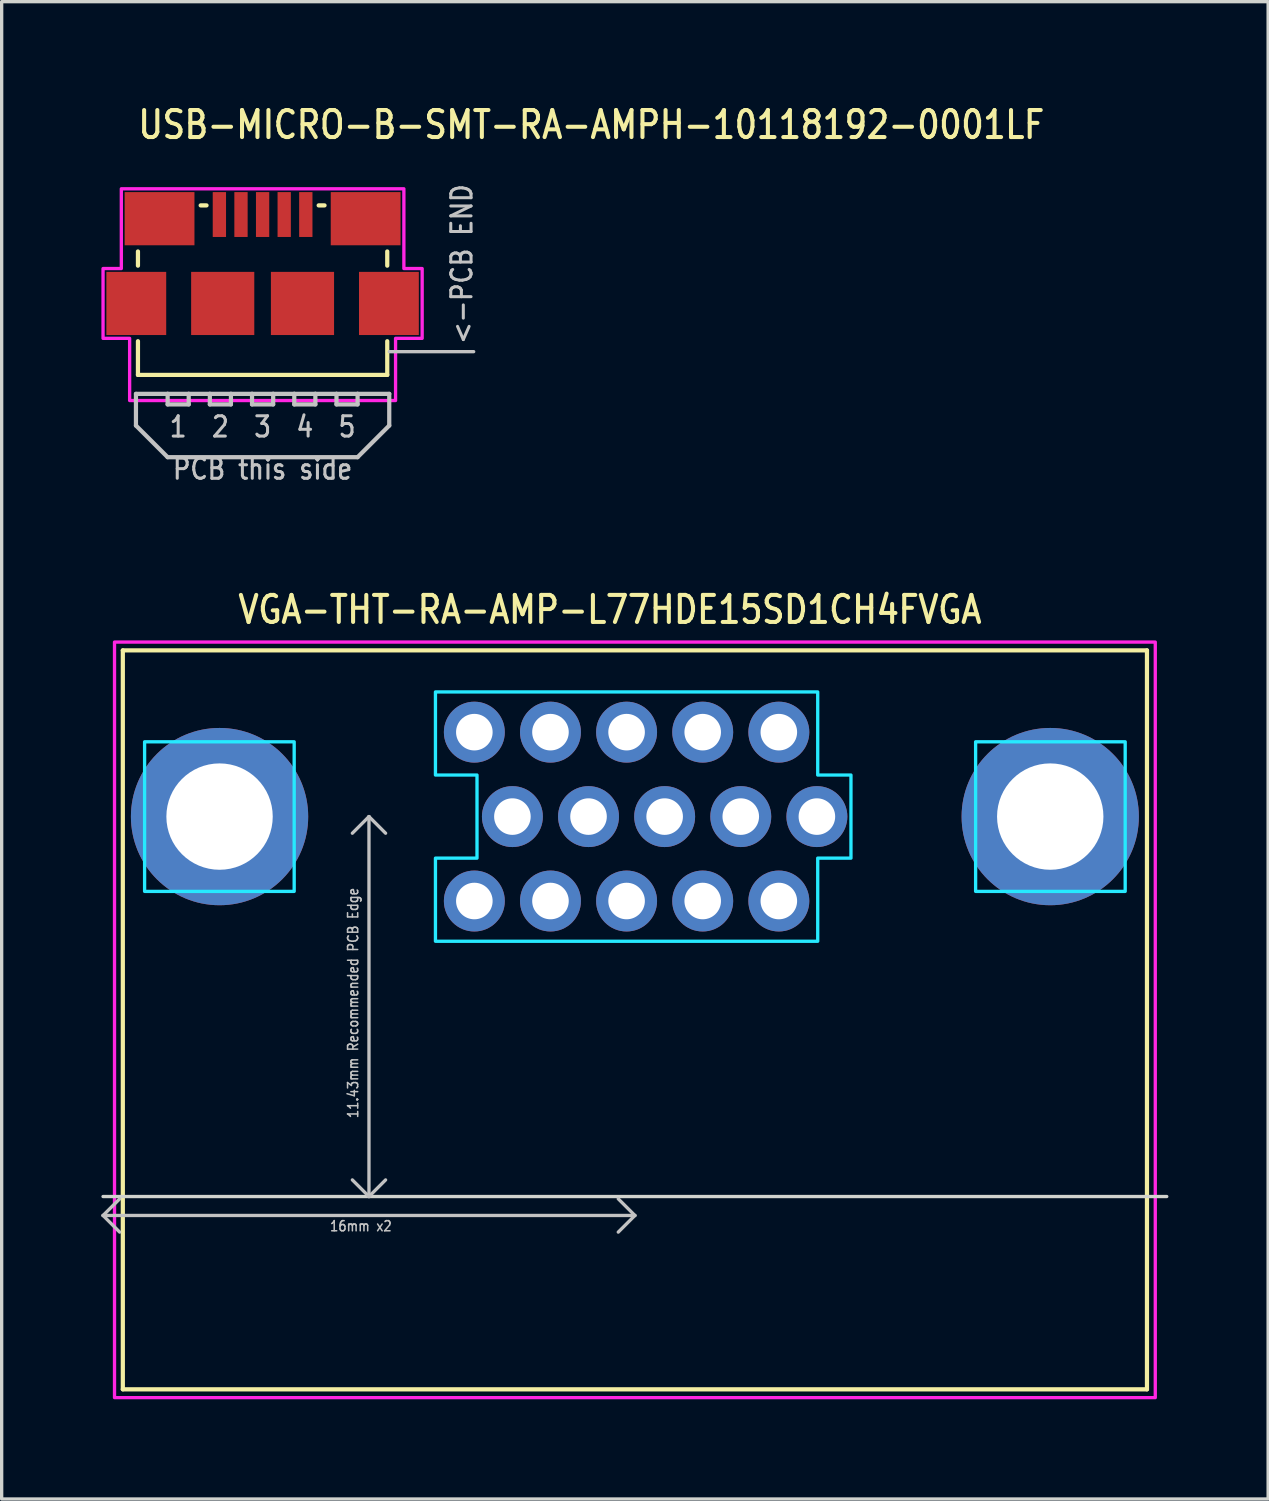
<source format=kicad_pcb>
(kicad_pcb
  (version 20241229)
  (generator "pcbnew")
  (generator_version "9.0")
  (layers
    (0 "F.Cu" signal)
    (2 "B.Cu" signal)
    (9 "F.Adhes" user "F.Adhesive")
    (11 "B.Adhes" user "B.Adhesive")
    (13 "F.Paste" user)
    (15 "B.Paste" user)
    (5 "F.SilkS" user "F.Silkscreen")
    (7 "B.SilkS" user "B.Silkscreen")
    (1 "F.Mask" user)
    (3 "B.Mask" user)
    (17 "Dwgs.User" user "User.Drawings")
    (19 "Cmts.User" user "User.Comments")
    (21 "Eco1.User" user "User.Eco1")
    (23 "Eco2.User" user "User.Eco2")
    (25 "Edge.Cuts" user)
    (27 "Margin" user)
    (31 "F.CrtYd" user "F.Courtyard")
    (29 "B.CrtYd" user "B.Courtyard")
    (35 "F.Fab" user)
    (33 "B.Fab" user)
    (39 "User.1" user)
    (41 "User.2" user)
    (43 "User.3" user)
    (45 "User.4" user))
  (footprint "VGA-THT-RA-AMP-L77HDE15SD1CH4FVGA"
    (layer "F.Cu")
    (at 16.05 21.516)
    (property "Reference" "VGA-THT-RA-AMP-L77HDE15SD1CH4FVGA" (at -12 -5.75 0) (unlocked yes) (layer "F.SilkS") (effects (font (size 0.813 0.695) (thickness 0.122)) (justify left bottom)))
    (fp_line (start -15.405 -5) (end 15.405 -5) (stroke (width 0.127) (type solid)) (layer "F.SilkS"))
    (fp_line (start -15.405 17.23) (end -15.405 -5) (stroke (width 0.127) (type solid)) (layer "F.SilkS"))
    (fp_line (start 15.405 -5) (end 15.405 17.23) (stroke (width 0.127) (type solid)) (layer "F.SilkS"))
    (fp_line (start 15.405 17.23) (end -15.405 17.23) (stroke (width 0.127) (type solid)) (layer "F.SilkS"))
    (fp_line (start -16 12) (end -15.5 12.5) (stroke (width 0.1) (type solid)) (layer "Dwgs.User"))
    (fp_line (start -16 12) (end 0 12) (stroke (width 0.1) (type solid)) (layer "Dwgs.User"))
    (fp_line (start -15.5 11.5) (end -16 12) (stroke (width 0.1) (type solid)) (layer "Dwgs.User"))
    (fp_line (start -8 0) (end -8.5 0.5) (stroke (width 0.1) (type solid)) (layer "Dwgs.User"))
    (fp_line (start -8 0) (end -8 11.43) (stroke (width 0.1) (type solid)) (layer "Dwgs.User"))
    (fp_line (start -8 11.43) (end -8.5 10.93) (stroke (width 0.1) (type solid)) (layer "Dwgs.User"))
    (fp_line (start -8 11.43) (end -7.5 10.93) (stroke (width 0.1) (type solid)) (layer "Dwgs.User"))
    (fp_line (start -7.5 0.5) (end -8 0) (stroke (width 0.1) (type solid)) (layer "Dwgs.User"))
    (fp_line (start 0 12) (end -0.5 11.5) (stroke (width 0.1) (type solid)) (layer "Dwgs.User"))
    (fp_line (start 0 12) (end -0.5 12.5) (stroke (width 0.1) (type solid)) (layer "Dwgs.User"))
    (fp_line (start -16 11.43) (end 16 11.43) (stroke (width 0.1) (type solid)) (layer "Edge.Cuts"))
    (fp_poly (pts (xy -14.75 -2.25) (xy -10.25 -2.25) (xy -10.25 2.25) (xy -14.75 2.25)) (stroke (width 0.1) (type solid)) (fill no) (layer "B.CrtYd"))
    (fp_poly (pts (xy 10.25 -2.25) (xy 14.75 -2.25) (xy 14.75 2.25) (xy 10.25 2.25)) (stroke (width 0.1) (type solid)) (fill no) (layer "B.CrtYd"))
    (fp_poly (pts (xy -6 -3.75) (xy 5.5 -3.75) (xy 5.5 -1.25) (xy 6.5 -1.25) (xy 6.5 1.25) (xy 5.5 1.25) (xy 5.5 3.75) (xy -6 3.75) (xy -6 1.25) (xy -4.75 1.25) (xy -4.75 -1.25) (xy -6 -1.25)) (stroke (width 0.1) (type solid)) (fill no) (layer "B.CrtYd"))
    (fp_poly (pts (xy -15.655 -5.25) (xy 15.655 -5.25) (xy 15.655 17.48) (xy -15.655 17.48)) (stroke (width 0.1) (type solid)) (fill no) (layer "F.CrtYd"))
    (fp_text user "16mm x2" (at -9.2 12.5 0) (unlocked yes) (layer "Dwgs.User") (effects (font (size 0.305 0.261) (thickness 0.046)) (justify left bottom)))
    (fp_text user "11.43mm Recommended PCB Edge" (at -8.3 9.1 90) (unlocked yes) (layer "Dwgs.User") (effects (font (size 0.305 0.261) (thickness 0.046)) (justify left bottom)))
    (pad "P$1" thru_hole oval (at 4.33 -2.54) (size 1.833 1.833) (drill 1.1) (layers "*.Cu" "*.Mask"))
    (pad "P$2" thru_hole oval (at 2.04 -2.54) (size 1.833 1.833) (drill 1.1) (layers "*.Cu" "*.Mask"))
    (pad "P$3" thru_hole oval (at -0.25 -2.54) (size 1.833 1.833) (drill 1.1) (layers "*.Cu" "*.Mask"))
    (pad "P$4" thru_hole oval (at -2.54 -2.54) (size 1.833 1.833) (drill 1.1) (layers "*.Cu" "*.Mask"))
    (pad "P$5" thru_hole oval (at -4.83 -2.54) (size 1.833 1.833) (drill 1.1) (layers "*.Cu" "*.Mask"))
    (pad "P$6" thru_hole oval (at 5.475 0) (size 1.833 1.833) (drill 1.1) (layers "*.Cu" "*.Mask"))
    (pad "P$7" thru_hole oval (at 3.185 0) (size 1.833 1.833) (drill 1.1) (layers "*.Cu" "*.Mask"))
    (pad "P$8" thru_hole oval (at 0.895 0) (size 1.833 1.833) (drill 1.1) (layers "*.Cu" "*.Mask"))
    (pad "P$9" thru_hole oval (at -1.395 0) (size 1.833 1.833) (drill 1.1) (layers "*.Cu" "*.Mask"))
    (pad "P$10" thru_hole oval (at -3.685 0) (size 1.833 1.833) (drill 1.1) (layers "*.Cu" "*.Mask"))
    (pad "P$11" thru_hole oval (at 4.33 2.54) (size 1.833 1.833) (drill 1.1) (layers "*.Cu" "*.Mask"))
    (pad "P$12" thru_hole oval (at 2.04 2.54) (size 1.833 1.833) (drill 1.1) (layers "*.Cu" "*.Mask"))
    (pad "P$13" thru_hole oval (at -0.25 2.54) (size 1.833 1.833) (drill 1.1) (layers "*.Cu" "*.Mask"))
    (pad "P$14" thru_hole oval (at -2.54 2.54) (size 1.833 1.833) (drill 1.1) (layers "*.Cu" "*.Mask"))
    (pad "P$15" thru_hole oval (at -4.83 2.54) (size 1.833 1.833) (drill 1.1) (layers "*.Cu" "*.Mask"))
    (pad "P$16" thru_hole oval (at -12.495 0) (size 5.333 5.333) (drill 3.2) (layers "*.Cu" "*.Mask"))
    (pad "P$17" thru_hole oval (at 12.495 0) (size 5.333 5.333) (drill 3.2) (layers "*.Cu" "*.Mask")))
  (footprint "USB-MICRO-B-SMT-RA-AMPH-10118192-0001LF"
    (layer "F.Cu")
    (at 4.85 7.529)
    (property "Reference" "USB-MICRO-B-SMT-RA-AMPH-10118192-0001LF" (at -3.81 -6.35 0) (unlocked yes) (layer "F.SilkS") (effects (font (size 0.813 0.695) (thickness 0.122)) (justify left bottom)))
    (fp_line (start -3.75 -3.014) (end -3.75 -2.587) (stroke (width 0.127) (type solid)) (layer "F.SilkS"))
    (fp_line (start -3.75 -0.314) (end -3.75 0.7) (stroke (width 0.127) (type solid)) (layer "F.SilkS"))
    (fp_line (start -3.75 0.7) (end 3.75 0.7) (stroke (width 0.127) (type solid)) (layer "F.SilkS"))
    (fp_line (start -1.863 -4.4) (end -1.687 -4.4) (stroke (width 0.127) (type solid)) (layer "F.SilkS"))
    (fp_line (start 1.687 -4.4) (end 1.863 -4.4) (stroke (width 0.127) (type solid)) (layer "F.SilkS"))
    (fp_line (start 3.75 -3.014) (end 3.75 -2.587) (stroke (width 0.127) (type solid)) (layer "F.SilkS"))
    (fp_line (start 3.75 0.7) (end 3.75 -0.314) (stroke (width 0.127) (type solid)) (layer "F.SilkS"))
    (fp_poly (pts (xy -1.5 -4.625) (xy -1.1 -4.625) (xy -1.1 -3.625) (xy -1.5 -3.625)) (stroke (width 0) (type solid)) (fill yes) (layer "F.Paste"))
    (fp_poly (pts (xy -0.85 -4.625) (xy -0.45 -4.625) (xy -0.45 -3.625) (xy -0.85 -3.625)) (stroke (width 0) (type solid)) (fill yes) (layer "F.Paste"))
    (fp_poly (pts (xy -0.2 -4.625) (xy 0.2 -4.625) (xy 0.2 -3.625) (xy -0.2 -3.625)) (stroke (width 0) (type solid)) (fill yes) (layer "F.Paste"))
    (fp_poly (pts (xy 0.45 -4.625) (xy 0.85 -4.625) (xy 0.85 -3.625) (xy 0.45 -3.625)) (stroke (width 0) (type solid)) (fill yes) (layer "F.Paste"))
    (fp_poly (pts (xy 1.1 -4.625) (xy 1.5 -4.625) (xy 1.5 -3.625) (xy 1.1 -3.625)) (stroke (width 0) (type solid)) (fill yes) (layer "F.Paste"))
    (fp_line (start -3.81 1.27) (end -2.857 1.27) (stroke (width 0.127) (type solid)) (layer "Dwgs.User"))
    (fp_line (start -3.81 2.223) (end -3.81 1.27) (stroke (width 0.127) (type solid)) (layer "Dwgs.User"))
    (fp_line (start -2.857 1.27) (end -2.857 1.587) (stroke (width 0.127) (type solid)) (layer "Dwgs.User"))
    (fp_line (start -2.857 1.27) (end -2.223 1.27) (stroke (width 0.127) (type solid)) (layer "Dwgs.User"))
    (fp_line (start -2.857 1.587) (end -2.223 1.587) (stroke (width 0.127) (type solid)) (layer "Dwgs.User"))
    (fp_line (start -2.857 3.175) (end -3.81 2.223) (stroke (width 0.127) (type solid)) (layer "Dwgs.User"))
    (fp_line (start -2.223 1.27) (end -1.587 1.27) (stroke (width 0.127) (type solid)) (layer "Dwgs.User"))
    (fp_line (start -2.223 1.587) (end -2.223 1.27) (stroke (width 0.127) (type solid)) (layer "Dwgs.User"))
    (fp_line (start -1.587 1.27) (end -1.587 1.587) (stroke (width 0.127) (type solid)) (layer "Dwgs.User"))
    (fp_line (start -1.587 1.27) (end -0.953 1.27) (stroke (width 0.127) (type solid)) (layer "Dwgs.User"))
    (fp_line (start -1.587 1.587) (end -0.953 1.587) (stroke (width 0.127) (type solid)) (layer "Dwgs.User"))
    (fp_line (start -0.953 1.27) (end -0.318 1.27) (stroke (width 0.127) (type solid)) (layer "Dwgs.User"))
    (fp_line (start -0.953 1.587) (end -0.953 1.27) (stroke (width 0.127) (type solid)) (layer "Dwgs.User"))
    (fp_line (start -0.318 1.27) (end -0.318 1.587) (stroke (width 0.127) (type solid)) (layer "Dwgs.User"))
    (fp_line (start -0.318 1.27) (end 0.318 1.27) (stroke (width 0.127) (type solid)) (layer "Dwgs.User"))
    (fp_line (start -0.318 1.587) (end 0.318 1.587) (stroke (width 0.127) (type solid)) (layer "Dwgs.User"))
    (fp_line (start 0.318 1.27) (end 0.953 1.27) (stroke (width 0.127) (type solid)) (layer "Dwgs.User"))
    (fp_line (start 0.318 1.587) (end 0.318 1.27) (stroke (width 0.127) (type solid)) (layer "Dwgs.User"))
    (fp_line (start 0.953 1.27) (end 0.953 1.587) (stroke (width 0.127) (type solid)) (layer "Dwgs.User"))
    (fp_line (start 0.953 1.27) (end 1.587 1.27) (stroke (width 0.127) (type solid)) (layer "Dwgs.User"))
    (fp_line (start 0.953 1.587) (end 1.587 1.587) (stroke (width 0.127) (type solid)) (layer "Dwgs.User"))
    (fp_line (start 1.587 1.27) (end 2.223 1.27) (stroke (width 0.127) (type solid)) (layer "Dwgs.User"))
    (fp_line (start 1.587 1.587) (end 1.587 1.27) (stroke (width 0.127) (type solid)) (layer "Dwgs.User"))
    (fp_line (start 2.223 1.27) (end 2.223 1.587) (stroke (width 0.127) (type solid)) (layer "Dwgs.User"))
    (fp_line (start 2.223 1.27) (end 2.857 1.27) (stroke (width 0.127) (type solid)) (layer "Dwgs.User"))
    (fp_line (start 2.223 1.587) (end 2.857 1.587) (stroke (width 0.127) (type solid)) (layer "Dwgs.User"))
    (fp_line (start 2.857 1.27) (end 3.81 1.27) (stroke (width 0.127) (type solid)) (layer "Dwgs.User"))
    (fp_line (start 2.857 1.587) (end 2.857 1.27) (stroke (width 0.127) (type solid)) (layer "Dwgs.User"))
    (fp_line (start 2.857 3.175) (end -2.857 3.175) (stroke (width 0.127) (type solid)) (layer "Dwgs.User"))
    (fp_line (start 3.81 0) (end 6.35 0) (stroke (width 0.1) (type solid)) (layer "Dwgs.User"))
    (fp_line (start 3.81 1.27) (end 3.81 2.223) (stroke (width 0.127) (type solid)) (layer "Dwgs.User"))
    (fp_line (start 3.81 2.223) (end 2.857 3.175) (stroke (width 0.127) (type solid)) (layer "Dwgs.User"))
    (fp_poly (pts (xy -4.8 -0.4) (xy -4 -0.4) (xy -4 1.47) (xy 4 1.47) (xy 4 -0.4) (xy 4.8 -0.4) (xy 4.8 -2.5) (xy 4.25 -2.5) (xy 4.25 -4.9) (xy -4.25 -4.9) (xy -4.25 -2.5) (xy -4.8 -2.5)) (stroke (width 0.1) (type solid)) (fill no) (layer "F.CrtYd"))
    (fp_text user "2" (at -1.27 1.905 0) (unlocked yes) (layer "Dwgs.User") (effects (font (size 0.61 0.521) (thickness 0.091)) (justify top)))
    (fp_text user "<-PCB END" (at 6.35 -0.18 90) (unlocked yes) (layer "Dwgs.User") (effects (font (size 0.61 0.521) (thickness 0.091)) (justify left bottom)))
    (fp_text user "PCB this side" (at 0 3.175 0) (unlocked yes) (layer "Dwgs.User") (effects (font (size 0.61 0.521) (thickness 0.091)) (justify top)))
    (fp_text user "4" (at 1.27 1.905 0) (unlocked yes) (layer "Dwgs.User") (effects (font (size 0.61 0.521) (thickness 0.091)) (justify top)))
    (fp_text user "1" (at -2.54 1.905 0) (unlocked yes) (layer "Dwgs.User") (effects (font (size 0.61 0.521) (thickness 0.091)) (justify top)))
    (fp_text user "5" (at 2.54 1.905 0) (unlocked yes) (layer "Dwgs.User") (effects (font (size 0.61 0.521) (thickness 0.091)) (justify top)))
    (fp_text user "3" (at 0 1.905 0) (unlocked yes) (layer "Dwgs.User") (effects (font (size 0.61 0.521) (thickness 0.091)) (justify top)))
    (pad "P$1" smd rect (at -1.3 -4.125) (size 0.4 1.35) (layers "F.Cu" "F.Mask"))
    (pad "P$2" smd rect (at -0.65 -4.125) (size 0.4 1.35) (layers "F.Cu" "F.Mask"))
    (pad "P$3" smd rect (at 0 -4.125) (size 0.4 1.35) (layers "F.Cu" "F.Mask"))
    (pad "P$4" smd rect (at 0.65 -4.125) (size 0.4 1.35) (layers "F.Cu" "F.Mask"))
    (pad "P$5" smd rect (at 1.3 -4.125) (size 0.4 1.35) (layers "F.Cu" "F.Mask"))
    (pad "SHELL1" smd rect (at -3.1 -4) (size 2.1 1.6) (layers "F.Cu" "F.Mask" "F.Paste"))
    (pad "SHELL2" smd rect (at 3.1 -4) (size 2.1 1.6) (layers "F.Cu" "F.Mask" "F.Paste"))
    (pad "SHELL3" smd rect (at 3.8 -1.45) (size 1.8 1.9) (layers "F.Cu" "F.Mask" "F.Paste"))
    (pad "SHELL4" smd rect (at 1.2 -1.45) (size 1.9 1.9) (layers "F.Cu" "F.Mask" "F.Paste"))
    (pad "SHELL5" smd rect (at -1.2 -1.45) (size 1.9 1.9) (layers "F.Cu" "F.Mask" "F.Paste"))
    (pad "SHELL6" smd rect (at -3.8 -1.45) (size 1.8 1.9) (layers "F.Cu" "F.Mask" "F.Paste")))
  (gr_rect
    (start -3 -3)
    (end 35.1 42.046)
    (stroke (width 0.1) (type default))
    (fill no)
    (layer "Edge.Cuts")))
</source>
